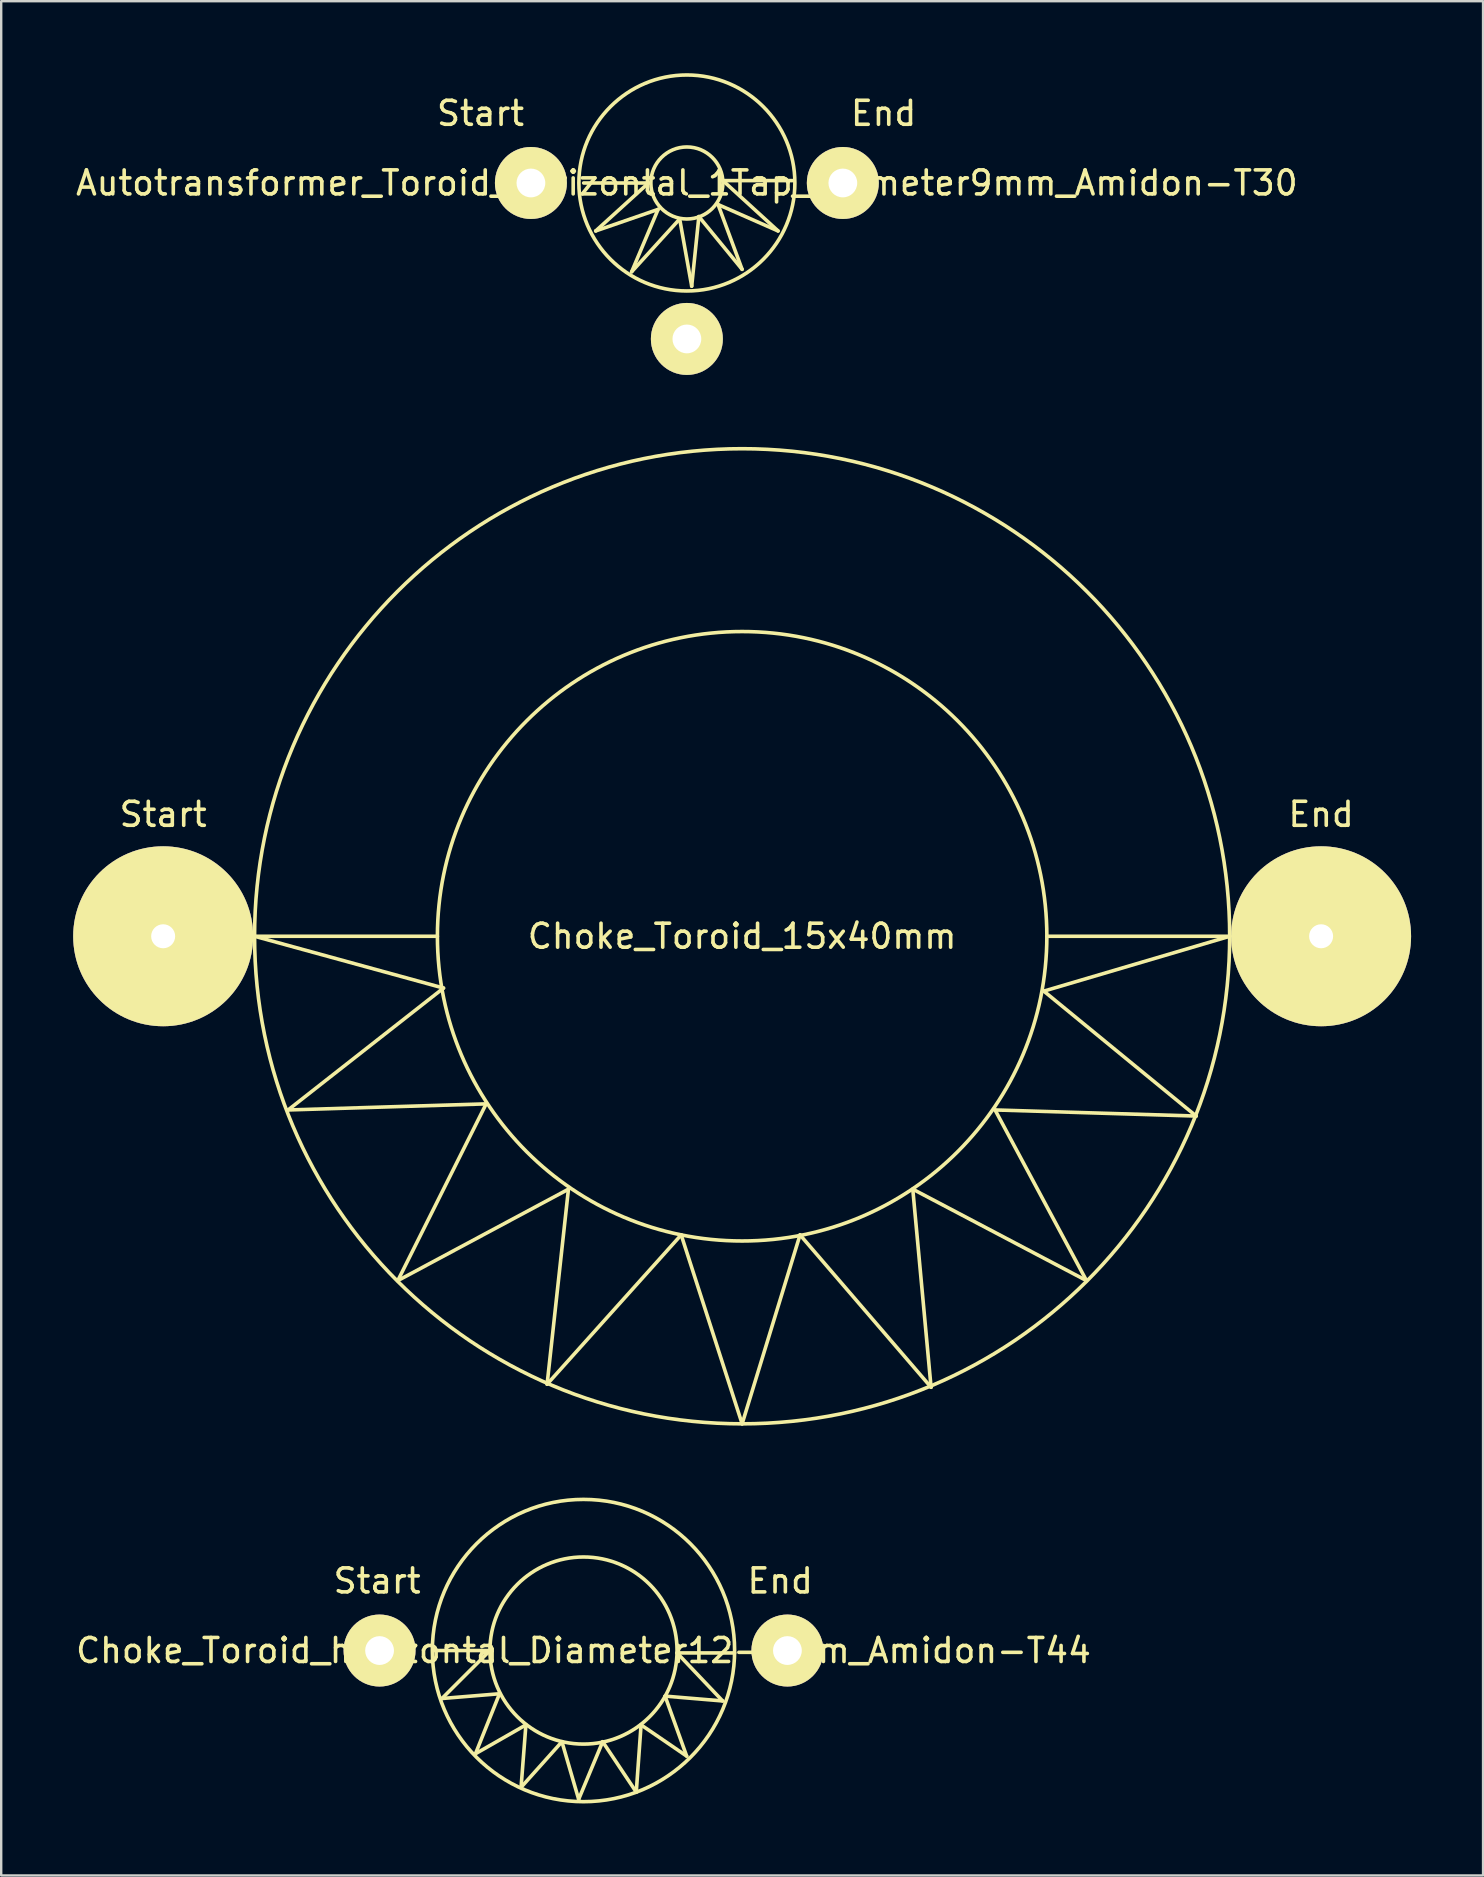
<source format=kicad_pcb>
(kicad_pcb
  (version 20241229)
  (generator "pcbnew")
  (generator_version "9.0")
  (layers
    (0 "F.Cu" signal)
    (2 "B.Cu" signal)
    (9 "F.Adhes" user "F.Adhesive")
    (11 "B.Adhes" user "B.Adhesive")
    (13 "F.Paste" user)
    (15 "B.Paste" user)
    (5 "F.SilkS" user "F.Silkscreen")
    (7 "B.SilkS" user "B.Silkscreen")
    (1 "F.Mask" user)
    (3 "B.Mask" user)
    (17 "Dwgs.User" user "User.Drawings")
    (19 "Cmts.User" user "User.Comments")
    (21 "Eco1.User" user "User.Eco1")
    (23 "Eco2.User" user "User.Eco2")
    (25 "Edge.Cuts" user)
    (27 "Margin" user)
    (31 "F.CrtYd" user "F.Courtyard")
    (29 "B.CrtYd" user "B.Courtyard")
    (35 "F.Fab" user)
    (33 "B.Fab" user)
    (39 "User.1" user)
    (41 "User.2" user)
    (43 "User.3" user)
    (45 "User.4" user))
  (footprint "Choke_Toroid_horizontal_Diameter12-5mm_Amidon-T44"
    (layer "F.Cu")
    (at 21.268 65.74)
    (property "Reference" "Choke_Toroid_horizontal_Diameter12-5mm_Amidon-T44" (at 0 0 0) (layer "F.SilkS") (effects (font (size 1 1) (thickness 0.15))))
    (attr through_hole)
    (fp_line (start -6.2 0) (end -3.899 0) (stroke (width 0.15) (type solid)) (layer "F.SilkS"))
    (fp_line (start -5.9 1.999) (end -3.5 1.801) (stroke (width 0.15) (type solid)) (layer "F.SilkS"))
    (fp_line (start -4.501 4.3) (end -2.4 3.099) (stroke (width 0.15) (type solid)) (layer "F.SilkS"))
    (fp_line (start -3.899 0) (end -5.9 1.999) (stroke (width 0.15) (type solid)) (layer "F.SilkS"))
    (fp_line (start -3.5 1.801) (end -4.501 4.3) (stroke (width 0.15) (type solid)) (layer "F.SilkS"))
    (fp_line (start -2.601 5.7) (end -0.899 3.8) (stroke (width 0.15) (type solid)) (layer "F.SilkS"))
    (fp_line (start -2.4 3.099) (end -2.601 5.7) (stroke (width 0.15) (type solid)) (layer "F.SilkS"))
    (fp_line (start -0.899 3.8) (end -0.201 6.2) (stroke (width 0.15) (type solid)) (layer "F.SilkS"))
    (fp_line (start -0.201 6.2) (end 0.8 3.8) (stroke (width 0.15) (type solid)) (layer "F.SilkS"))
    (fp_line (start 0.8 3.8) (end 2.2 5.9) (stroke (width 0.15) (type solid)) (layer "F.SilkS"))
    (fp_line (start 2.2 5.9) (end 2.4 3.099) (stroke (width 0.15) (type solid)) (layer "F.SilkS"))
    (fp_line (start 2.4 3.099) (end 4.3 4.399) (stroke (width 0.15) (type solid)) (layer "F.SilkS"))
    (fp_line (start 3.401 1.9) (end 5.799 2.101) (stroke (width 0.15) (type solid)) (layer "F.SilkS"))
    (fp_line (start 3.899 0.099) (end 6.299 0.099) (stroke (width 0.15) (type solid)) (layer "F.SilkS"))
    (fp_line (start 4.3 4.399) (end 3.401 1.9) (stroke (width 0.15) (type solid)) (layer "F.SilkS"))
    (fp_line (start 5.799 2.101) (end 3.899 0.099) (stroke (width 0.15) (type solid)) (layer "F.SilkS"))
    (fp_circle (center 0 0) (end 3.899 0) (stroke (width 0.15) (type solid)) (fill no) (layer "F.SilkS"))
    (fp_circle (center 0 0) (end 6.299 0) (stroke (width 0.15) (type solid)) (fill no) (layer "F.SilkS"))
    (fp_text user "End" (at 8.199 -2.901 0) (layer "F.SilkS") (effects (font (size 1 1) (thickness 0.15))))
    (fp_text user "Start" (at -8.6 -2.901 0) (layer "F.SilkS") (effects (font (size 1 1) (thickness 0.15))))
    (pad "1" thru_hole circle (at -8.499 0) (size 3 3) (drill 1.199) (layers "*.Cu" "*.Mask" "F.SilkS"))
    (pad "2" thru_hole circle (at 8.499 0) (size 3 3) (drill 1.199) (layers "*.Cu" "*.Mask" "F.SilkS")))
  (footprint "Choke_Toroid_15x40mm"
    (layer "F.Cu")
    (at 27.88 35.971)
    (property "Reference" "Choke_Toroid_15x40mm" (at 0 0 0) (layer "F.SilkS") (effects (font (size 1 1) (thickness 0.15))))
    (attr through_hole)
    (fp_line (start -20.32 0) (end -12.446 2.159) (stroke (width 0.15) (type solid)) (layer "F.SilkS"))
    (fp_line (start -18.923 7.239) (end -10.668 6.985) (stroke (width 0.15) (type solid)) (layer "F.SilkS"))
    (fp_line (start -14.351 14.351) (end -7.239 10.541) (stroke (width 0.15) (type solid)) (layer "F.SilkS"))
    (fp_line (start -12.7 0) (end -20.32 0) (stroke (width 0.15) (type solid)) (layer "F.SilkS"))
    (fp_line (start -12.446 2.159) (end -18.923 7.239) (stroke (width 0.15) (type solid)) (layer "F.SilkS"))
    (fp_line (start -10.668 6.985) (end -14.351 14.351) (stroke (width 0.15) (type solid)) (layer "F.SilkS"))
    (fp_line (start -8.128 18.669) (end -2.54 12.446) (stroke (width 0.15) (type solid)) (layer "F.SilkS"))
    (fp_line (start -7.239 10.541) (end -8.128 18.669) (stroke (width 0.15) (type solid)) (layer "F.SilkS"))
    (fp_line (start -2.54 12.446) (end 0 20.32) (stroke (width 0.15) (type solid)) (layer "F.SilkS"))
    (fp_line (start 0 20.32) (end 2.413 12.446) (stroke (width 0.15) (type solid)) (layer "F.SilkS"))
    (fp_line (start 2.413 12.446) (end 7.874 18.796) (stroke (width 0.15) (type solid)) (layer "F.SilkS"))
    (fp_line (start 7.112 10.541) (end 14.351 14.351) (stroke (width 0.15) (type solid)) (layer "F.SilkS"))
    (fp_line (start 7.874 18.796) (end 7.112 10.541) (stroke (width 0.15) (type solid)) (layer "F.SilkS"))
    (fp_line (start 10.541 7.239) (end 18.923 7.493) (stroke (width 0.15) (type solid)) (layer "F.SilkS"))
    (fp_line (start 12.573 2.286) (end 20.32 0) (stroke (width 0.15) (type solid)) (layer "F.SilkS"))
    (fp_line (start 14.351 14.351) (end 10.541 7.239) (stroke (width 0.15) (type solid)) (layer "F.SilkS"))
    (fp_line (start 18.923 7.493) (end 12.573 2.286) (stroke (width 0.15) (type solid)) (layer "F.SilkS"))
    (fp_line (start 20.32 0) (end 12.7 0) (stroke (width 0.15) (type solid)) (layer "F.SilkS"))
    (fp_circle (center 0 0) (end -20.32 0) (stroke (width 0.15) (type solid)) (fill no) (layer "F.SilkS"))
    (fp_circle (center 0 0) (end -12.7 0) (stroke (width 0.15) (type solid)) (fill no) (layer "F.SilkS"))
    (fp_text user "End" (at 24.13 -5.08 0) (layer "F.SilkS") (effects (font (size 1 1) (thickness 0.15))))
    (fp_text user "Start" (at -24.13 -5.08 0) (layer "F.SilkS") (effects (font (size 1 1) (thickness 0.15))))
    (pad "1" thru_hole circle (at -24.13 0) (size 7.5 7.5) (drill 1) (layers "*.Cu" "*.Mask" "F.SilkS"))
    (pad "2" thru_hole circle (at 24.13 0) (size 7.5 7.5) (drill 1) (layers "*.Cu" "*.Mask" "F.SilkS")))
  (footprint "Autotransformer_Toroid_horizontal_1Tap_Diameter9mm_Amidon-T30"
    (layer "F.Cu")
    (at 25.577 4.576)
    (property "Reference" "Autotransformer_Toroid_horizontal_1Tap_Diameter9mm_Amidon-T30" (at 0 0 0) (layer "F.SilkS") (effects (font (size 1 1) (thickness 0.15))))
    (attr through_hole)
    (fp_line (start -4.3 0) (end -1.6 0) (stroke (width 0.15) (type solid)) (layer "F.SilkS"))
    (fp_line (start -3.8 1.999) (end -1.199 1.1) (stroke (width 0.15) (type solid)) (layer "F.SilkS"))
    (fp_line (start -2.301 3.701) (end -0.3 1.501) (stroke (width 0.15) (type solid)) (layer "F.SilkS"))
    (fp_line (start -1.6 0) (end -3.8 1.999) (stroke (width 0.15) (type solid)) (layer "F.SilkS"))
    (fp_line (start -1.199 1.1) (end -2.301 3.701) (stroke (width 0.15) (type solid)) (layer "F.SilkS"))
    (fp_line (start -0.3 1.501) (end 0.201 4.3) (stroke (width 0.15) (type solid)) (layer "F.SilkS"))
    (fp_line (start 0.201 4.3) (end 0.5 1.4) (stroke (width 0.15) (type solid)) (layer "F.SilkS"))
    (fp_line (start 0.5 1.4) (end 2.301 3.599) (stroke (width 0.15) (type solid)) (layer "F.SilkS"))
    (fp_line (start 1.3 0.899) (end 3.8 1.999) (stroke (width 0.15) (type solid)) (layer "F.SilkS"))
    (fp_line (start 1.501 -0.099) (end 4.399 -0.099) (stroke (width 0.15) (type solid)) (layer "F.SilkS"))
    (fp_line (start 2.301 3.599) (end 1.3 0.899) (stroke (width 0.15) (type solid)) (layer "F.SilkS"))
    (fp_line (start 3.8 1.999) (end 1.501 -0.099) (stroke (width 0.15) (type solid)) (layer "F.SilkS"))
    (fp_circle (center 0 0) (end 1.501 0) (stroke (width 0.15) (type solid)) (fill no) (layer "F.SilkS"))
    (fp_circle (center 0 0) (end 4.501 0) (stroke (width 0.15) (type solid)) (fill no) (layer "F.SilkS"))
    (fp_text user "Start" (at -8.6 -2.901 0) (layer "F.SilkS") (effects (font (size 1 1) (thickness 0.15))))
    (fp_text user "End" (at 8.199 -2.901 0) (layer "F.SilkS") (effects (font (size 1 1) (thickness 0.15))))
    (pad "1" thru_hole circle (at -6.5 0) (size 3 3) (drill 1.199) (layers "*.Cu" "*.Mask" "F.SilkS"))
    (pad "2" thru_hole circle (at 0 6.5) (size 3 3) (drill 1.199) (layers "*.Cu" "*.Mask" "F.SilkS"))
    (pad "3" thru_hole circle (at 6.5 0) (size 3 3) (drill 1.199) (layers "*.Cu" "*.Mask" "F.SilkS")))
  (gr_rect
    (start -3 -3)
    (end 58.76 75.114)
    (stroke (width 0.1) (type default))
    (fill no)
    (layer "Edge.Cuts")))
</source>
